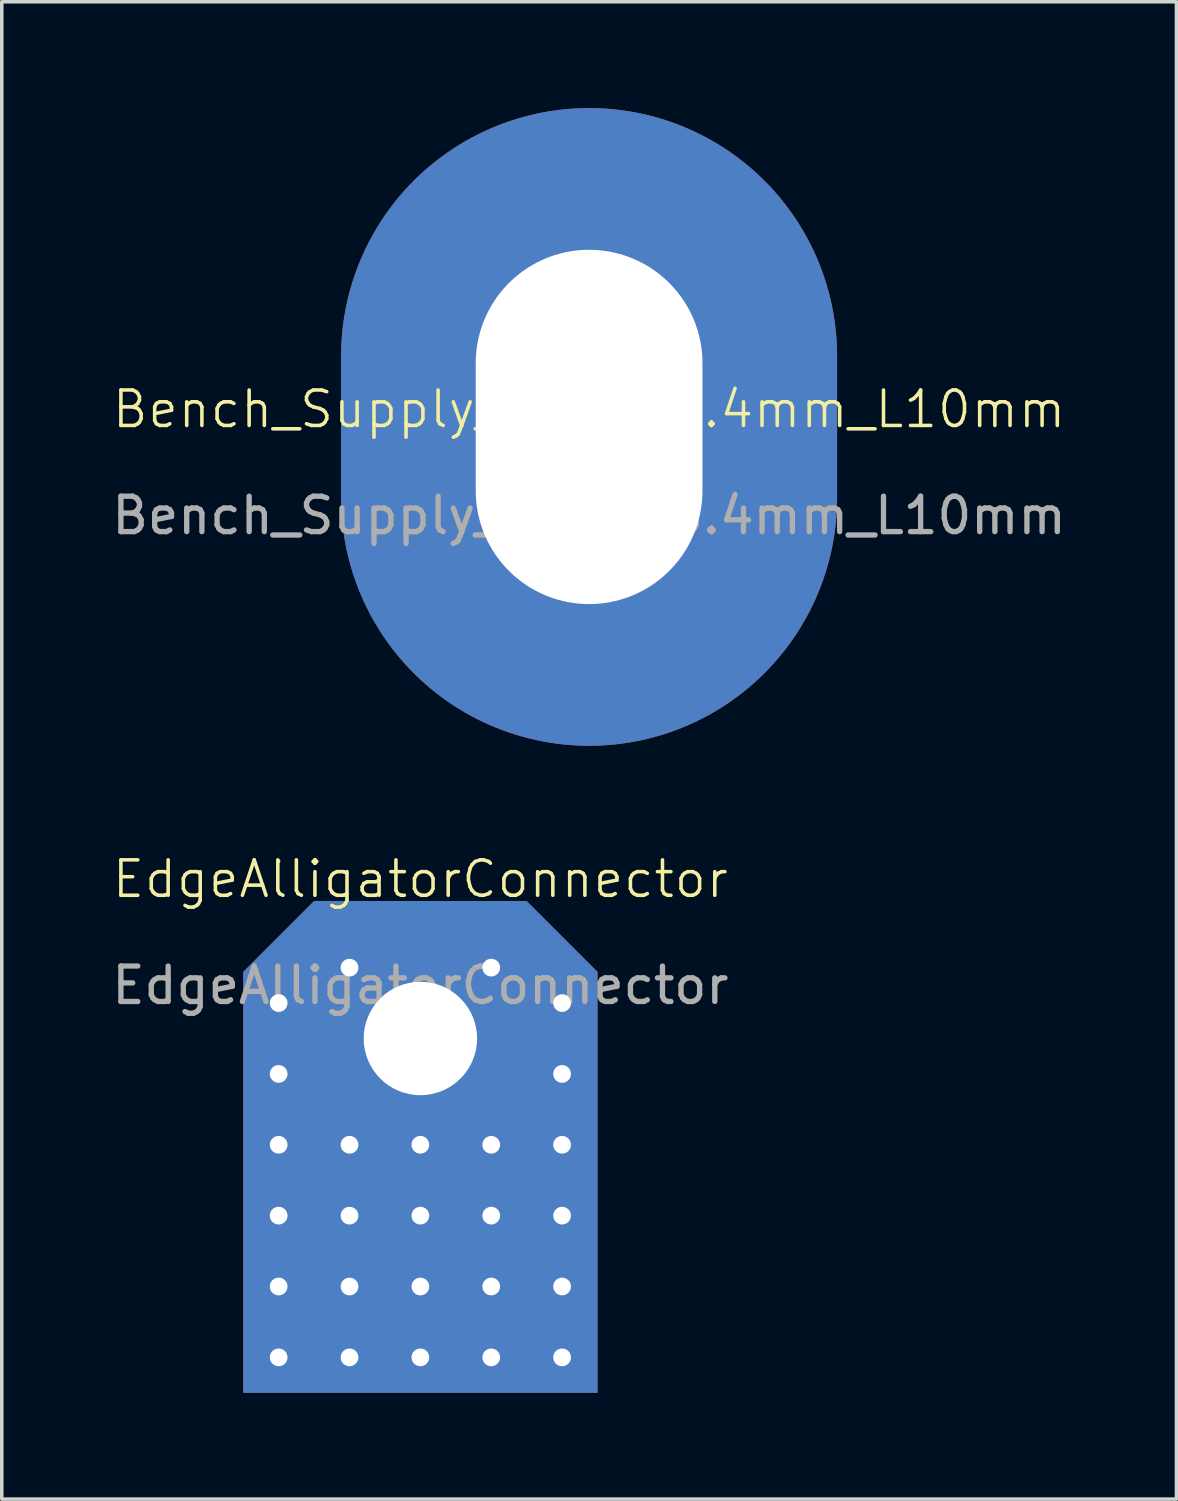
<source format=kicad_pcb>
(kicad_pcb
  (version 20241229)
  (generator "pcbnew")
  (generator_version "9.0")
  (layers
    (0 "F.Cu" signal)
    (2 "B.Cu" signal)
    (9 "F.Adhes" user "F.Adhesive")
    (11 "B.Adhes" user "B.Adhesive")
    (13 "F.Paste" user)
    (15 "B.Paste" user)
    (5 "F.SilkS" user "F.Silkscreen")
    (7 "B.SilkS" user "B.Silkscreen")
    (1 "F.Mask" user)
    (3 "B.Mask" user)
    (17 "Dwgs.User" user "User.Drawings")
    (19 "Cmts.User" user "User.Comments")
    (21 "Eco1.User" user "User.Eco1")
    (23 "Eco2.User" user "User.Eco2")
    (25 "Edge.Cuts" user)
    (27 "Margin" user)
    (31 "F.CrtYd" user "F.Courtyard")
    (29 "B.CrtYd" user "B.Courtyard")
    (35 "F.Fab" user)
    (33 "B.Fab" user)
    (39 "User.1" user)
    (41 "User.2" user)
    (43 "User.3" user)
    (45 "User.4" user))
  (footprint "Bench_Supply_Slot_D6.4mm_L10mm"
    (layer "F.Cu")
    (at 13.577 9)
    (property "Reference" "Bench_Supply_Slot_D6.4mm_L10mm" (at 0 -0.5 0) (unlocked yes) (layer "F.SilkS") (effects (font (size 1 1) (thickness 0.1))))
    (attr smd)
    (fp_text user "${REFERENCE}" (at 0 2.5 0) (unlocked yes) (layer "F.Fab") (effects (font (size 1 1) (thickness 0.15))))
    (pad "1" thru_hole oval (at 0 0) (size 14 18) (drill oval 6.4 10) (layers "*.Cu" "*.Mask")))
  (footprint "EdgeAlligatorConnector"
    (layer "F.Cu")
    (at 8.815 22.261)
    (property "Reference" "EdgeAlligatorConnector" (at 0 -0.5 0) (unlocked yes) (layer "F.SilkS") (effects (font (size 1 1) (thickness 0.1))))
    (attr through_hole)
    (fp_line (start -4 -1) (end -4 -1) (stroke (width 0.1) (type default)) (layer "F.SilkS"))
    (fp_text user "${REFERENCE}" (at 0 2.5 0) (unlocked yes) (layer "F.Fab") (effects (font (size 1 1) (thickness 0.15))))
    (pad "1" thru_hole circle (at -4 3) (size 1 1) (drill 0.5) (layers "*.Cu" "*.Mask"))
    (pad "1" thru_hole circle (at -4 5) (size 1 1) (drill 0.5) (layers "*.Cu" "*.Mask"))
    (pad "1" thru_hole circle (at -4 7) (size 1 1) (drill 0.5) (layers "*.Cu" "*.Mask"))
    (pad "1" thru_hole circle (at -4 9) (size 1 1) (drill 0.5) (layers "*.Cu" "*.Mask"))
    (pad "1" thru_hole circle (at -4 11) (size 1 1) (drill 0.5) (layers "*.Cu" "*.Mask"))
    (pad "1" thru_hole circle (at -4 13) (size 1 1) (drill 0.5) (layers "*.Cu" "*.Mask"))
    (pad "1" thru_hole circle (at -2 2) (size 1 1) (drill 0.5) (layers "*.Cu" "*.Mask"))
    (pad "1" thru_hole circle (at -2 7) (size 1 1) (drill 0.5) (layers "*.Cu" "*.Mask"))
    (pad "1" thru_hole circle (at -2 9) (size 1 1) (drill 0.5) (layers "*.Cu" "*.Mask"))
    (pad "1" thru_hole circle (at -2 11) (size 1 1) (drill 0.5) (layers "*.Cu" "*.Mask"))
    (pad "1" thru_hole circle (at -2 13) (size 1 1) (drill 0.5) (layers "*.Cu" "*.Mask"))
    (pad "1" thru_hole circle (at 0 4) (size 3.5 3.5) (drill 3.2) (layers "*.Cu" "*.Mask"))
    (pad "1" thru_hole circle (at 0 7) (size 1 1) (drill 0.5) (layers "*.Cu" "*.Mask"))
    (pad "1" smd roundrect (at 0 7.06) (size 10 13.88) (layers "F.Cu" "F.Mask") (roundrect_rratio 0) (chamfer_ratio 0.2) (chamfer top_left top_right))
    (pad "1" smd roundrect (at 0 7.06) (size 10 13.88) (layers "B.Cu" "B.Mask") (roundrect_rratio 0) (chamfer_ratio 0.2) (chamfer top_left top_right))
    (pad "1" thru_hole circle (at 0 9) (size 1 1) (drill 0.5) (layers "*.Cu" "*.Mask"))
    (pad "1" thru_hole circle (at 0 11) (size 1 1) (drill 0.5) (layers "*.Cu" "*.Mask"))
    (pad "1" thru_hole circle (at 0 13) (size 1 1) (drill 0.5) (layers "*.Cu" "*.Mask"))
    (pad "1" thru_hole circle (at 2 2) (size 1 1) (drill 0.5) (layers "*.Cu" "*.Mask"))
    (pad "1" thru_hole circle (at 2 7) (size 1 1) (drill 0.5) (layers "*.Cu" "*.Mask"))
    (pad "1" thru_hole circle (at 2 9) (size 1 1) (drill 0.5) (layers "*.Cu" "*.Mask"))
    (pad "1" thru_hole circle (at 2 11) (size 1 1) (drill 0.5) (layers "*.Cu" "*.Mask"))
    (pad "1" thru_hole circle (at 2 13) (size 1 1) (drill 0.5) (layers "*.Cu" "*.Mask"))
    (pad "1" thru_hole circle (at 4 3) (size 1 1) (drill 0.5) (layers "*.Cu" "*.Mask"))
    (pad "1" thru_hole circle (at 4 5) (size 1 1) (drill 0.5) (layers "*.Cu" "*.Mask"))
    (pad "1" thru_hole circle (at 4 7) (size 1 1) (drill 0.5) (layers "*.Cu" "*.Mask"))
    (pad "1" thru_hole circle (at 4 9) (size 1 1) (drill 0.5) (layers "*.Cu" "*.Mask"))
    (pad "1" thru_hole circle (at 4 11) (size 1 1) (drill 0.5) (layers "*.Cu" "*.Mask"))
    (pad "1" thru_hole circle (at 4 13) (size 1 1) (drill 0.5) (layers "*.Cu" "*.Mask")))
  (gr_rect
    (start -3 -3)
    (end 30.155 39.261)
    (stroke (width 0.1) (type default))
    (fill no)
    (layer "Edge.Cuts")))
</source>
